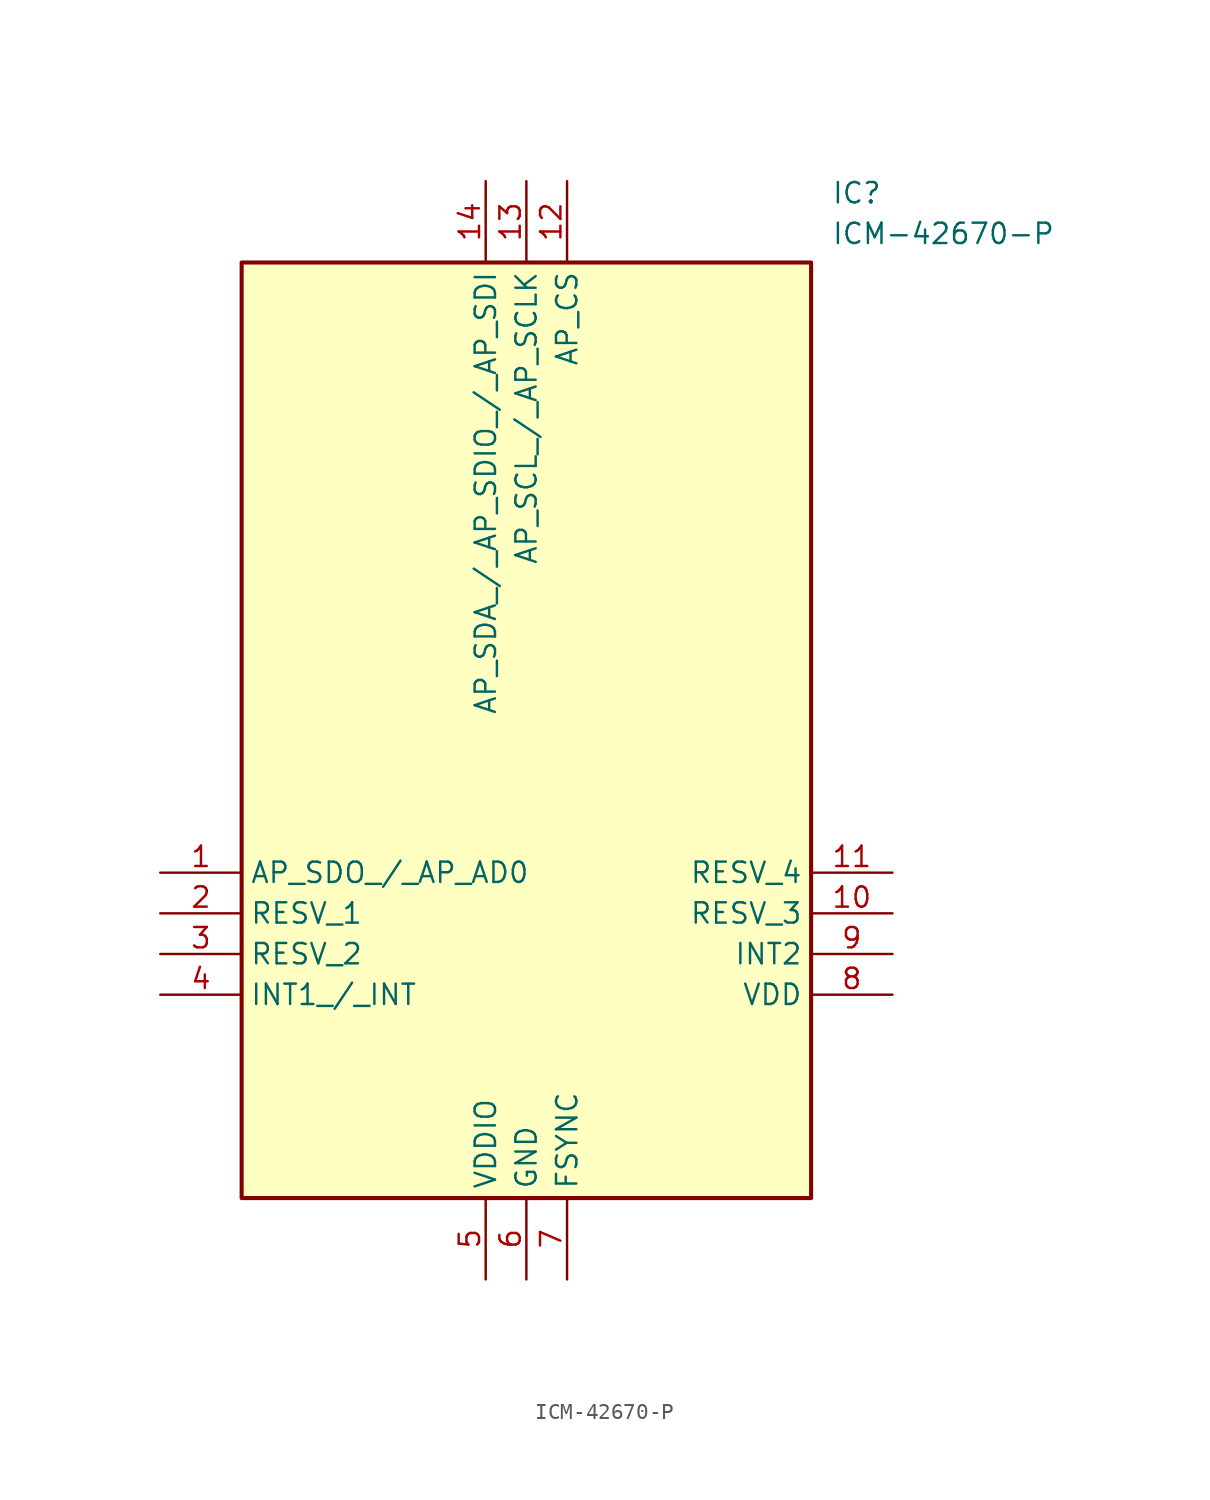
<source format=kicad_sym>
(kicad_symbol_lib
  (version 20211014)
  (generator SamacSys_ECAD_Model)
  (symbol "ICM-42670-P"
    (property "Reference" "IC"
      (at 41.91 43.18 0)
      (effects (font (size 1.27 1.27)) (justify left top)))
    (property "Value" "ICM-42670-P"
      (at 41.91 40.64 0)
      (effects (font (size 1.27 1.27)) (justify left top)))
    (rectangle
      (start 5.08 38.1)
      (end 40.64 -20.32)
      (stroke (width 0.254) (type default))
      (fill (type background)))
    (pin passive line
      (at 0 0 0)
      (length 5.08)
      (name "AP_SDO_/_AP_AD0" (effects (font (size 1.27 1.27))))
      (number "1" (effects (font (size 1.27 1.27)))))
    (pin passive line
      (at 0 -2.54 0)
      (length 5.08)
      (name "RESV_1" (effects (font (size 1.27 1.27))))
      (number "2" (effects (font (size 1.27 1.27)))))
    (pin passive line
      (at 0 -5.08 0)
      (length 5.08)
      (name "RESV_2" (effects (font (size 1.27 1.27))))
      (number "3" (effects (font (size 1.27 1.27)))))
    (pin passive line
      (at 0 -7.62 0)
      (length 5.08)
      (name "INT1_/_INT" (effects (font (size 1.27 1.27))))
      (number "4" (effects (font (size 1.27 1.27)))))
    (pin passive line
      (at 20.32 -25.4 90)
      (length 5.08)
      (name "VDDIO" (effects (font (size 1.27 1.27))))
      (number "5" (effects (font (size 1.27 1.27)))))
    (pin passive line
      (at 22.86 -25.4 90)
      (length 5.08)
      (name "GND" (effects (font (size 1.27 1.27))))
      (number "6" (effects (font (size 1.27 1.27)))))
    (pin passive line
      (at 25.4 -25.4 90)
      (length 5.08)
      (name "FSYNC" (effects (font (size 1.27 1.27))))
      (number "7" (effects (font (size 1.27 1.27)))))
    (pin passive line
      (at 45.72 -7.62 180)
      (length 5.08)
      (name "VDD" (effects (font (size 1.27 1.27))))
      (number "8" (effects (font (size 1.27 1.27)))))
    (pin passive line
      (at 45.72 -5.08 180)
      (length 5.08)
      (name "INT2" (effects (font (size 1.27 1.27))))
      (number "9" (effects (font (size 1.27 1.27)))))
    (pin passive line
      (at 45.72 -2.54 180)
      (length 5.08)
      (name "RESV_3" (effects (font (size 1.27 1.27))))
      (number "10" (effects (font (size 1.27 1.27)))))
    (pin passive line
      (at 45.72 0 180)
      (length 5.08)
      (name "RESV_4" (effects (font (size 1.27 1.27))))
      (number "11" (effects (font (size 1.27 1.27)))))
    (pin passive line
      (at 25.4 43.18 270)
      (length 5.08)
      (name "AP_CS" (effects (font (size 1.27 1.27))))
      (number "12" (effects (font (size 1.27 1.27)))))
    (pin passive line
      (at 22.86 43.18 270)
      (length 5.08)
      (name "AP_SCL_/_AP_SCLK" (effects (font (size 1.27 1.27))))
      (number "13" (effects (font (size 1.27 1.27)))))
    (pin passive line
      (at 20.32 43.18 270)
      (length 5.08)
      (name "AP_SDA_/_AP_SDIO_/_AP_SDI" (effects (font (size 1.27 1.27))))
      (number "14" (effects (font (size 1.27 1.27)))))))
</source>
